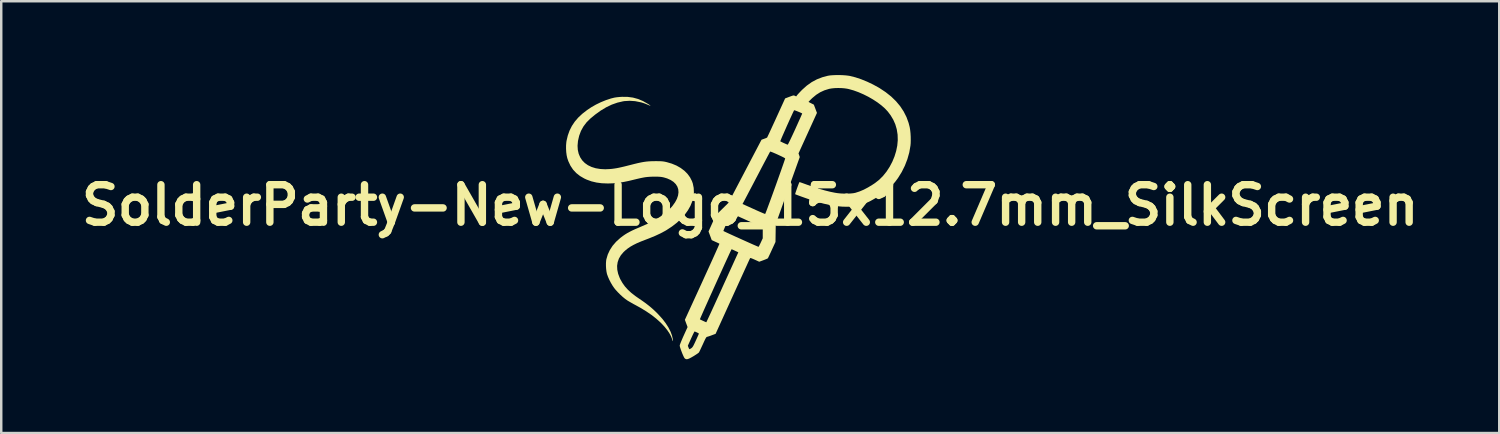
<source format=kicad_pcb>
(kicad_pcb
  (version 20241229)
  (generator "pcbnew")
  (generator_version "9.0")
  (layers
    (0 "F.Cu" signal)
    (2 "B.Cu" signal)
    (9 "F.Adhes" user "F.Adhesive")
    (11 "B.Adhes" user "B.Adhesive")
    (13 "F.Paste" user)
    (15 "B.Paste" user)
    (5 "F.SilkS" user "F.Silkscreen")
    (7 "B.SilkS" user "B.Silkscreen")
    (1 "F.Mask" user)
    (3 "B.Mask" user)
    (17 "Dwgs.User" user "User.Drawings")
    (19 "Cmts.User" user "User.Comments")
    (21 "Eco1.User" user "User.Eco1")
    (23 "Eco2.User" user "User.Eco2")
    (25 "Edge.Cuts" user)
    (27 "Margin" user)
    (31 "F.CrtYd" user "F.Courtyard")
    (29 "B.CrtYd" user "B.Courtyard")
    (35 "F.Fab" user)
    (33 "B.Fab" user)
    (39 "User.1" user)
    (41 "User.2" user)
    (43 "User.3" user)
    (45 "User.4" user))
  (footprint "SolderParty-New-Logo_15x12.7mm_SilkScreen"
    (layer "F.Cu")
    (at 27.439 5.291)
    (property "Reference" "SolderParty-New-Logo_15x12.7mm_SilkScreen" (at 0 0 0) (layer "F.SilkS") (effects (font (size 1.524 1.524) (thickness 0.3))))
    (attr through_hole)
    (fp_poly (pts (xy -4.979 -4.403) (xy -4.766 -4.375) (xy -4.561 -4.319) (xy -4.36 -4.235) (xy -4.161 -4.122) (xy -4.152 -4.117) (xy -4.094 -4.078) (xy -4.061 -4.053) (xy -4.054 -4.043) (xy -4.073 -4.046) (xy -4.107 -4.06) (xy -4.203 -4.1) (xy -4.279 -4.131) (xy -4.345 -4.154) (xy -4.408 -4.174) (xy -4.451 -4.185) (xy -4.678 -4.23) (xy -4.898 -4.245) (xy -5.113 -4.232) (xy -5.17 -4.223) (xy -5.398 -4.17) (xy -5.625 -4.09) (xy -5.851 -3.982) (xy -6.079 -3.845) (xy -6.308 -3.679) (xy -6.5 -3.52) (xy -6.653 -3.367) (xy -6.779 -3.2) (xy -6.879 -3.019) (xy -6.952 -2.823) (xy -7 -2.612) (xy -7.001 -2.603) (xy -7.017 -2.418) (xy -7.007 -2.247) (xy -6.971 -2.091) (xy -6.911 -1.95) (xy -6.828 -1.825) (xy -6.723 -1.717) (xy -6.596 -1.627) (xy -6.448 -1.556) (xy -6.281 -1.504) (xy -6.095 -1.473) (xy -5.891 -1.462) (xy -5.704 -1.471) (xy -5.615 -1.479) (xy -5.527 -1.491) (xy -5.436 -1.505) (xy -5.338 -1.524) (xy -5.226 -1.549) (xy -5.098 -1.579) (xy -4.948 -1.617) (xy -4.861 -1.639) (xy -4.696 -1.681) (xy -4.555 -1.715) (xy -4.431 -1.741) (xy -4.32 -1.761) (xy -4.216 -1.775) (xy -4.113 -1.784) (xy -4.006 -1.789) (xy -3.89 -1.791) (xy -3.856 -1.792) (xy -3.75 -1.791) (xy -3.667 -1.79) (xy -3.601 -1.786) (xy -3.545 -1.781) (xy -3.492 -1.773) (xy -3.434 -1.761) (xy -3.394 -1.752) (xy -3.187 -1.691) (xy -2.997 -1.612) (xy -2.826 -1.515) (xy -2.676 -1.402) (xy -2.549 -1.275) (xy -2.446 -1.134) (xy -2.368 -0.981) (xy -2.334 -0.885) (xy -2.297 -0.704) (xy -2.289 -0.521) (xy -2.309 -0.337) (xy -2.357 -0.154) (xy -2.431 0.028) (xy -2.532 0.206) (xy -2.658 0.381) (xy -2.808 0.549) (xy -2.982 0.711) (xy -3.18 0.864) (xy -3.399 1.008) (xy -3.453 1.04) (xy -3.643 1.142) (xy -3.862 1.244) (xy -4.105 1.344) (xy -4.238 1.395) (xy -4.432 1.47) (xy -4.6 1.541) (xy -4.745 1.613) (xy -4.872 1.685) (xy -4.983 1.761) (xy -5.082 1.842) (xy -5.148 1.904) (xy -5.256 2.031) (xy -5.336 2.167) (xy -5.387 2.311) (xy -5.41 2.462) (xy -5.403 2.621) (xy -5.368 2.785) (xy -5.304 2.955) (xy -5.279 3.008) (xy -5.192 3.16) (xy -5.091 3.301) (xy -4.97 3.435) (xy -4.829 3.565) (xy -4.662 3.694) (xy -4.559 3.766) (xy -4.399 3.875) (xy -4.261 3.973) (xy -4.139 4.067) (xy -4.028 4.158) (xy -3.922 4.252) (xy -3.816 4.353) (xy -3.721 4.451) (xy -3.568 4.621) (xy -3.436 4.793) (xy -3.327 4.963) (xy -3.241 5.13) (xy -3.18 5.291) (xy -3.146 5.443) (xy -3.145 5.45) (xy -3.142 5.493) (xy -3.143 5.518) (xy -3.15 5.521) (xy -3.157 5.502) (xy -3.165 5.477) (xy -3.178 5.436) (xy -3.181 5.424) (xy -3.224 5.315) (xy -3.29 5.196) (xy -3.376 5.07) (xy -3.48 4.94) (xy -3.599 4.812) (xy -3.649 4.762) (xy -3.821 4.608) (xy -4.009 4.46) (xy -4.217 4.318) (xy -4.448 4.176) (xy -4.651 4.064) (xy -4.737 4.018) (xy -4.825 3.968) (xy -4.907 3.921) (xy -4.975 3.881) (xy -4.995 3.868) (xy -5.084 3.805) (xy -5.184 3.723) (xy -5.286 3.629) (xy -5.386 3.529) (xy -5.475 3.431) (xy -5.53 3.362) (xy -5.597 3.264) (xy -5.664 3.151) (xy -5.726 3.031) (xy -5.778 2.914) (xy -5.816 2.809) (xy -5.822 2.791) (xy -5.842 2.697) (xy -5.856 2.586) (xy -5.863 2.468) (xy -5.863 2.353) (xy -5.855 2.25) (xy -5.847 2.198) (xy -5.79 2.004) (xy -5.705 1.821) (xy -5.593 1.648) (xy -5.452 1.485) (xy -5.285 1.333) (xy -5.259 1.313) (xy -5.172 1.247) (xy -5.087 1.188) (xy -4.999 1.134) (xy -4.904 1.082) (xy -4.798 1.028) (xy -4.674 0.971) (xy -4.528 0.909) (xy -4.456 0.878) (xy -4.174 0.754) (xy -3.922 0.625) (xy -3.699 0.493) (xy -3.503 0.356) (xy -3.334 0.214) (xy -3.192 0.067) (xy -3.158 0.026) (xy -3.054 -0.12) (xy -2.979 -0.26) (xy -2.933 -0.396) (xy -2.915 -0.525) (xy -2.925 -0.646) (xy -2.962 -0.758) (xy -3.026 -0.859) (xy -3.117 -0.949) (xy -3.234 -1.026) (xy -3.377 -1.09) (xy -3.504 -1.128) (xy -3.561 -1.141) (xy -3.615 -1.15) (xy -3.673 -1.156) (xy -3.743 -1.16) (xy -3.831 -1.161) (xy -3.893 -1.161) (xy -3.998 -1.16) (xy -4.092 -1.156) (xy -4.181 -1.149) (xy -4.271 -1.138) (xy -4.366 -1.121) (xy -4.474 -1.099) (xy -4.599 -1.07) (xy -4.739 -1.036) (xy -4.938 -0.988) (xy -5.117 -0.951) (xy -5.279 -0.923) (xy -5.433 -0.903) (xy -5.583 -0.891) (xy -5.736 -0.886) (xy -5.797 -0.885) (xy -6.033 -0.894) (xy -6.25 -0.923) (xy -6.452 -0.971) (xy -6.645 -1.041) (xy -6.744 -1.087) (xy -6.919 -1.189) (xy -7.071 -1.309) (xy -7.2 -1.448) (xy -7.306 -1.607) (xy -7.391 -1.787) (xy -7.435 -1.915) (xy -7.46 -2.027) (xy -7.477 -2.157) (xy -7.485 -2.297) (xy -7.484 -2.436) (xy -7.473 -2.565) (xy -7.465 -2.618) (xy -7.414 -2.834) (xy -7.342 -3.035) (xy -7.248 -3.222) (xy -7.131 -3.397) (xy -6.99 -3.562) (xy -6.822 -3.719) (xy -6.627 -3.87) (xy -6.459 -3.982) (xy -6.271 -4.09) (xy -6.069 -4.188) (xy -5.862 -4.272) (xy -5.658 -4.339) (xy -5.521 -4.373) (xy -5.462 -4.383) (xy -5.382 -4.393) (xy -5.294 -4.401) (xy -5.206 -4.406) (xy -5.204 -4.406)) (stroke (width 0) (type solid)) (fill yes) (layer "F.SilkS"))
    (fp_poly (pts (xy 3.761 -5.286) (xy 3.889 -5.277) (xy 4.002 -5.263) (xy 4.058 -5.253) (xy 4.279 -5.197) (xy 4.512 -5.119) (xy 4.751 -5.022) (xy 4.988 -4.909) (xy 5.218 -4.783) (xy 5.254 -4.762) (xy 5.504 -4.596) (xy 5.728 -4.418) (xy 5.924 -4.228) (xy 6.093 -4.026) (xy 6.235 -3.811) (xy 6.35 -3.584) (xy 6.437 -3.345) (xy 6.482 -3.169) (xy 6.5 -3.059) (xy 6.514 -2.929) (xy 6.522 -2.789) (xy 6.524 -2.649) (xy 6.521 -2.518) (xy 6.512 -2.421) (xy 6.464 -2.145) (xy 6.387 -1.872) (xy 6.284 -1.605) (xy 6.156 -1.348) (xy 6.005 -1.105) (xy 5.905 -0.97) (xy 5.827 -0.876) (xy 5.736 -0.778) (xy 5.64 -0.682) (xy 5.545 -0.595) (xy 5.459 -0.524) (xy 5.442 -0.511) (xy 5.37 -0.462) (xy 5.28 -0.404) (xy 5.18 -0.341) (xy 5.076 -0.279) (xy 4.975 -0.222) (xy 4.885 -0.172) (xy 4.812 -0.136) (xy 4.808 -0.134) (xy 4.615 -0.056) (xy 4.416 0.003) (xy 4.209 0.041) (xy 3.993 0.06) (xy 3.764 0.059) (xy 3.522 0.038) (xy 3.264 -0.003) (xy 2.988 -0.064) (xy 2.692 -0.145) (xy 2.603 -0.173) (xy 2.536 -0.194) (xy 2.454 -0.221) (xy 2.364 -0.252) (xy 2.268 -0.285) (xy 2.172 -0.319) (xy 2.079 -0.352) (xy 1.995 -0.383) (xy 1.923 -0.41) (xy 1.868 -0.431) (xy 1.834 -0.445) (xy 1.826 -0.449) (xy 1.828 -0.465) (xy 1.839 -0.503) (xy 1.857 -0.558) (xy 1.88 -0.624) (xy 1.905 -0.696) (xy 1.931 -0.767) (xy 1.955 -0.833) (xy 1.977 -0.888) (xy 1.993 -0.926) (xy 2.002 -0.941) (xy 2.016 -0.938) (xy 2.055 -0.925) (xy 2.113 -0.905) (xy 2.185 -0.879) (xy 2.268 -0.849) (xy 2.273 -0.847) (xy 2.547 -0.75) (xy 2.801 -0.668) (xy 3.039 -0.6) (xy 3.266 -0.544) (xy 3.443 -0.508) (xy 3.56 -0.49) (xy 3.689 -0.478) (xy 3.824 -0.472) (xy 3.957 -0.472) (xy 4.082 -0.478) (xy 4.191 -0.489) (xy 4.278 -0.506) (xy 4.279 -0.507) (xy 4.445 -0.561) (xy 4.615 -0.633) (xy 4.791 -0.726) (xy 4.979 -0.84) (xy 5.073 -0.903) (xy 5.241 -1.035) (xy 5.397 -1.191) (xy 5.539 -1.367) (xy 5.665 -1.56) (xy 5.774 -1.766) (xy 5.863 -1.981) (xy 5.931 -2.202) (xy 5.976 -2.424) (xy 5.996 -2.643) (xy 5.99 -2.857) (xy 5.989 -2.872) (xy 5.955 -3.087) (xy 5.897 -3.286) (xy 5.814 -3.475) (xy 5.705 -3.657) (xy 5.59 -3.809) (xy 5.473 -3.934) (xy 5.331 -4.059) (xy 5.168 -4.182) (xy 4.989 -4.299) (xy 4.798 -4.409) (xy 4.6 -4.508) (xy 4.399 -4.595) (xy 4.2 -4.667) (xy 4.007 -4.721) (xy 3.938 -4.736) (xy 3.826 -4.752) (xy 3.699 -4.762) (xy 3.565 -4.764) (xy 3.433 -4.76) (xy 3.312 -4.748) (xy 3.21 -4.73) (xy 3.205 -4.729) (xy 3.015 -4.67) (xy 2.843 -4.591) (xy 2.682 -4.489) (xy 2.527 -4.36) (xy 2.5 -4.335) (xy 2.449 -4.285) (xy 2.408 -4.243) (xy 2.38 -4.213) (xy 2.37 -4.199) (xy 2.37 -4.199) (xy 2.387 -4.19) (xy 2.422 -4.171) (xy 2.471 -4.146) (xy 2.482 -4.141) (xy 2.586 -4.088) (xy 2.712 -3.753) (xy 1.963 -2.108) (xy 1.988 -2.033) (xy 2.013 -1.958) (xy 1.038 0.764) (xy 1.027 1.493) (xy 0.878 1.815) (xy 0.836 1.907) (xy 0.797 1.99) (xy 0.764 2.06) (xy 0.738 2.114) (xy 0.722 2.146) (xy 0.718 2.154) (xy 0.699 2.166) (xy 0.659 2.185) (xy 0.602 2.208) (xy 0.536 2.234) (xy 0.366 2.296) (xy 0.187 2.214) (xy 0.107 2.179) (xy 0.05 2.156) (xy 0.015 2.147) (xy -0.003 2.148) (xy -0.005 2.15) (xy -0.012 2.166) (xy -0.032 2.207) (xy -0.062 2.272) (xy -0.102 2.359) (xy -0.151 2.467) (xy -0.209 2.593) (xy -0.274 2.736) (xy -0.346 2.894) (xy -0.424 3.065) (xy -0.507 3.247) (xy -0.595 3.44) (xy -0.686 3.64) (xy -0.712 3.697) (xy -1.407 5.226) (xy -1.563 5.284) (xy -1.629 5.309) (xy -1.689 5.329) (xy -1.734 5.343) (xy -1.754 5.347) (xy -1.767 5.352) (xy -1.781 5.364) (xy -1.798 5.388) (xy -1.82 5.426) (xy -1.848 5.482) (xy -1.884 5.559) (xy -1.926 5.652) (xy -1.968 5.741) (xy -2.006 5.823) (xy -2.039 5.893) (xy -2.065 5.946) (xy -2.082 5.978) (xy -2.085 5.983) (xy -2.106 6.002) (xy -2.147 6.032) (xy -2.204 6.07) (xy -2.271 6.113) (xy -2.308 6.136) (xy -2.402 6.19) (xy -2.476 6.228) (xy -2.533 6.25) (xy -2.578 6.258) (xy -2.616 6.252) (xy -2.649 6.233) (xy -2.662 6.222) (xy -2.681 6.196) (xy -2.707 6.147) (xy -2.736 6.082) (xy -2.768 6.007) (xy -2.798 5.927) (xy -2.826 5.851) (xy -2.848 5.782) (xy -2.862 5.729) (xy -2.864 5.709) (xy -2.535 5.709) (xy -2.509 5.78) (xy -2.492 5.82) (xy -2.475 5.846) (xy -2.468 5.851) (xy -2.448 5.842) (xy -2.413 5.822) (xy -2.393 5.809) (xy -2.371 5.792) (xy -2.351 5.77) (xy -2.33 5.741) (xy -2.306 5.699) (xy -2.277 5.641) (xy -2.239 5.561) (xy -2.21 5.498) (xy -2.172 5.415) (xy -2.139 5.341) (xy -2.112 5.28) (xy -2.094 5.238) (xy -2.086 5.217) (xy -2.086 5.216) (xy -2.098 5.206) (xy -2.129 5.188) (xy -2.17 5.167) (xy -2.213 5.148) (xy -2.247 5.135) (xy -2.263 5.131) (xy -2.273 5.144) (xy -2.292 5.181) (xy -2.32 5.236) (xy -2.354 5.308) (xy -2.392 5.391) (xy -2.405 5.42) (xy -2.535 5.709) (xy -2.864 5.709) (xy -2.866 5.701) (xy -2.859 5.674) (xy -2.842 5.625) (xy -2.815 5.556) (xy -2.78 5.472) (xy -2.739 5.376) (xy -2.706 5.303) (xy -2.546 4.951) (xy -2.656 4.655) (xy -2.647 4.636) (xy -2.045 4.636) (xy -2.027 4.646) (xy -1.99 4.665) (xy -1.941 4.688) (xy -1.889 4.712) (xy -1.84 4.734) (xy -1.802 4.75) (xy -1.785 4.756) (xy -1.777 4.742) (xy -1.759 4.703) (xy -1.729 4.641) (xy -1.69 4.556) (xy -1.641 4.452) (xy -1.584 4.329) (xy -1.52 4.189) (xy -1.449 4.035) (xy -1.373 3.867) (xy -1.291 3.689) (xy -1.205 3.501) (xy -1.13 3.334) (xy -0.483 1.913) (xy -0.619 1.849) (xy -0.676 1.822) (xy -0.722 1.802) (xy -0.751 1.79) (xy -0.758 1.789) (xy -0.767 1.806) (xy -0.787 1.848) (xy -0.818 1.912) (xy -0.857 1.997) (xy -0.905 2.101) (xy -0.96 2.22) (xy -1.021 2.353) (xy -1.087 2.498) (xy -1.157 2.653) (xy -1.231 2.815) (xy -1.307 2.982) (xy -1.384 3.152) (xy -1.461 3.323) (xy -1.537 3.493) (xy -1.612 3.658) (xy -1.684 3.818) (xy -1.752 3.97) (xy -1.816 4.112) (xy -1.874 4.242) (xy -1.925 4.357) (xy -1.968 4.455) (xy -2.003 4.534) (xy -2.028 4.592) (xy -2.042 4.626) (xy -2.045 4.636) (xy -2.647 4.636) (xy -1.949 3.114) (xy -1.857 2.911) (xy -1.768 2.716) (xy -1.683 2.53) (xy -1.604 2.356) (xy -1.53 2.194) (xy -1.464 2.047) (xy -1.405 1.916) (xy -1.355 1.803) (xy -1.313 1.71) (xy -1.282 1.638) (xy -1.261 1.59) (xy -1.252 1.566) (xy -1.251 1.564) (xy -1.268 1.555) (xy -1.305 1.536) (xy -1.358 1.511) (xy -1.412 1.487) (xy -1.564 1.417) (xy -1.629 1.242) (xy -1.694 1.067) (xy -1.684 1.043) (xy -1.089 1.043) (xy -1.089 1.047) (xy -1.073 1.056) (xy -1.032 1.075) (xy -0.971 1.104) (xy -0.892 1.141) (xy -0.798 1.184) (xy -0.693 1.232) (xy -0.58 1.284) (xy -0.461 1.337) (xy -0.339 1.392) (xy -0.219 1.446) (xy -0.103 1.498) (xy 0.006 1.547) (xy 0.105 1.591) (xy 0.19 1.628) (xy 0.259 1.658) (xy 0.308 1.679) (xy 0.334 1.689) (xy 0.337 1.69) (xy 0.349 1.675) (xy 0.369 1.639) (xy 0.396 1.585) (xy 0.427 1.521) (xy 0.43 1.514) (xy 0.509 1.343) (xy 0.509 1.123) (xy 0.51 0.904) (xy 0.169 0.75) (xy 0.058 0.7) (xy -0.059 0.647) (xy -0.174 0.595) (xy -0.28 0.546) (xy -0.37 0.506) (xy -0.397 0.494) (xy -0.621 0.392) (xy -0.766 0.526) (xy -0.822 0.578) (xy -0.87 0.623) (xy -0.906 0.658) (xy -0.926 0.678) (xy -0.927 0.679) (xy -0.941 0.702) (xy -0.963 0.744) (xy -0.988 0.799) (xy -1.016 0.859) (xy -1.042 0.921) (xy -1.065 0.976) (xy -1.082 1.019) (xy -1.089 1.043) (xy -1.684 1.043) (xy -1.548 0.74) (xy -1.403 0.413) (xy -0.932 -0.051) (xy -0.313 -0.051) (xy 0.14 0.154) (xy 0.248 0.203) (xy 0.349 0.248) (xy 0.437 0.286) (xy 0.511 0.318) (xy 0.566 0.34) (xy 0.599 0.353) (xy 0.607 0.355) (xy 0.614 0.34) (xy 0.631 0.3) (xy 0.656 0.235) (xy 0.689 0.149) (xy 0.728 0.043) (xy 0.774 -0.081) (xy 0.825 -0.22) (xy 0.881 -0.373) (xy 0.94 -0.536) (xy 1.002 -0.709) (xy 1.023 -0.766) (xy 1.086 -0.942) (xy 1.145 -1.109) (xy 1.201 -1.266) (xy 1.253 -1.411) (xy 1.298 -1.541) (xy 1.338 -1.655) (xy 1.371 -1.75) (xy 1.396 -1.824) (xy 1.413 -1.875) (xy 1.42 -1.9) (xy 1.421 -1.902) (xy 1.407 -1.914) (xy 1.37 -1.936) (xy 1.316 -1.964) (xy 1.248 -1.997) (xy 1.173 -2.032) (xy 1.094 -2.069) (xy 1.016 -2.103) (xy 0.944 -2.134) (xy 0.883 -2.159) (xy 0.838 -2.175) (xy 0.813 -2.181) (xy 0.81 -2.18) (xy 0.801 -2.165) (xy 0.78 -2.126) (xy 0.747 -2.064) (xy 0.703 -1.982) (xy 0.651 -1.882) (xy 0.589 -1.767) (xy 0.521 -1.637) (xy 0.447 -1.497) (xy 0.369 -1.346) (xy 0.308 -1.23) (xy 0.224 -1.071) (xy 0.144 -0.917) (xy 0.067 -0.77) (xy -0.005 -0.634) (xy -0.07 -0.51) (xy -0.127 -0.401) (xy -0.175 -0.31) (xy -0.213 -0.238) (xy -0.239 -0.19) (xy -0.248 -0.172) (xy -0.313 -0.051) (xy -0.932 -0.051) (xy -0.885 -0.098) (xy -0.213 -1.38) (xy 0.426 -2.599) (xy 1.222 -2.599) (xy 1.24 -2.587) (xy 1.279 -2.568) (xy 1.331 -2.543) (xy 1.388 -2.517) (xy 1.443 -2.493) (xy 1.489 -2.473) (xy 1.519 -2.463) (xy 1.524 -2.461) (xy 1.534 -2.474) (xy 1.554 -2.512) (xy 1.584 -2.572) (xy 1.623 -2.651) (xy 1.668 -2.746) (xy 1.72 -2.856) (xy 1.776 -2.977) (xy 1.829 -3.092) (xy 1.887 -3.221) (xy 1.941 -3.341) (xy 1.99 -3.45) (xy 2.033 -3.544) (xy 2.067 -3.622) (xy 2.093 -3.681) (xy 2.108 -3.717) (xy 2.112 -3.729) (xy 2.092 -3.741) (xy 2.052 -3.76) (xy 1.999 -3.783) (xy 1.941 -3.807) (xy 1.884 -3.83) (xy 1.834 -3.848) (xy 1.799 -3.859) (xy 1.785 -3.86) (xy 1.774 -3.842) (xy 1.754 -3.801) (xy 1.724 -3.739) (xy 1.688 -3.66) (xy 1.645 -3.567) (xy 1.598 -3.465) (xy 1.549 -3.355) (xy 1.498 -3.242) (xy 1.448 -3.128) (xy 1.399 -3.017) (xy 1.353 -2.913) (xy 1.311 -2.818) (xy 1.276 -2.736) (xy 1.249 -2.67) (xy 1.23 -2.624) (xy 1.222 -2.601) (xy 1.222 -2.599) (xy 0.426 -2.599) (xy 0.46 -2.663) (xy 0.566 -2.701) (xy 0.619 -2.72) (xy 0.661 -2.738) (xy 0.684 -2.749) (xy 0.685 -2.75) (xy 0.694 -2.766) (xy 0.713 -2.806) (xy 0.743 -2.869) (xy 0.782 -2.952) (xy 0.828 -3.052) (xy 0.881 -3.167) (xy 0.94 -3.295) (xy 1.004 -3.433) (xy 1.058 -3.552) (xy 1.418 -4.341) (xy 1.59 -4.406) (xy 1.663 -4.433) (xy 1.713 -4.451) (xy 1.747 -4.46) (xy 1.772 -4.462) (xy 1.793 -4.457) (xy 1.815 -4.447) (xy 1.868 -4.423) (xy 1.912 -4.481) (xy 1.939 -4.512) (xy 1.982 -4.559) (xy 2.036 -4.616) (xy 2.095 -4.677) (xy 2.115 -4.697) (xy 2.301 -4.863) (xy 2.498 -5.003) (xy 2.708 -5.116) (xy 2.933 -5.203) (xy 3.151 -5.261) (xy 3.244 -5.276) (xy 3.359 -5.285) (xy 3.488 -5.29) (xy 3.625 -5.291)) (stroke (width 0) (type solid)) (fill yes) (layer "F.SilkS")))
  (gr_rect
    (start -3 -3)
    (end 57.879 14.549)
    (stroke (width 0.1) (type default))
    (fill no)
    (layer "Edge.Cuts")))
</source>
